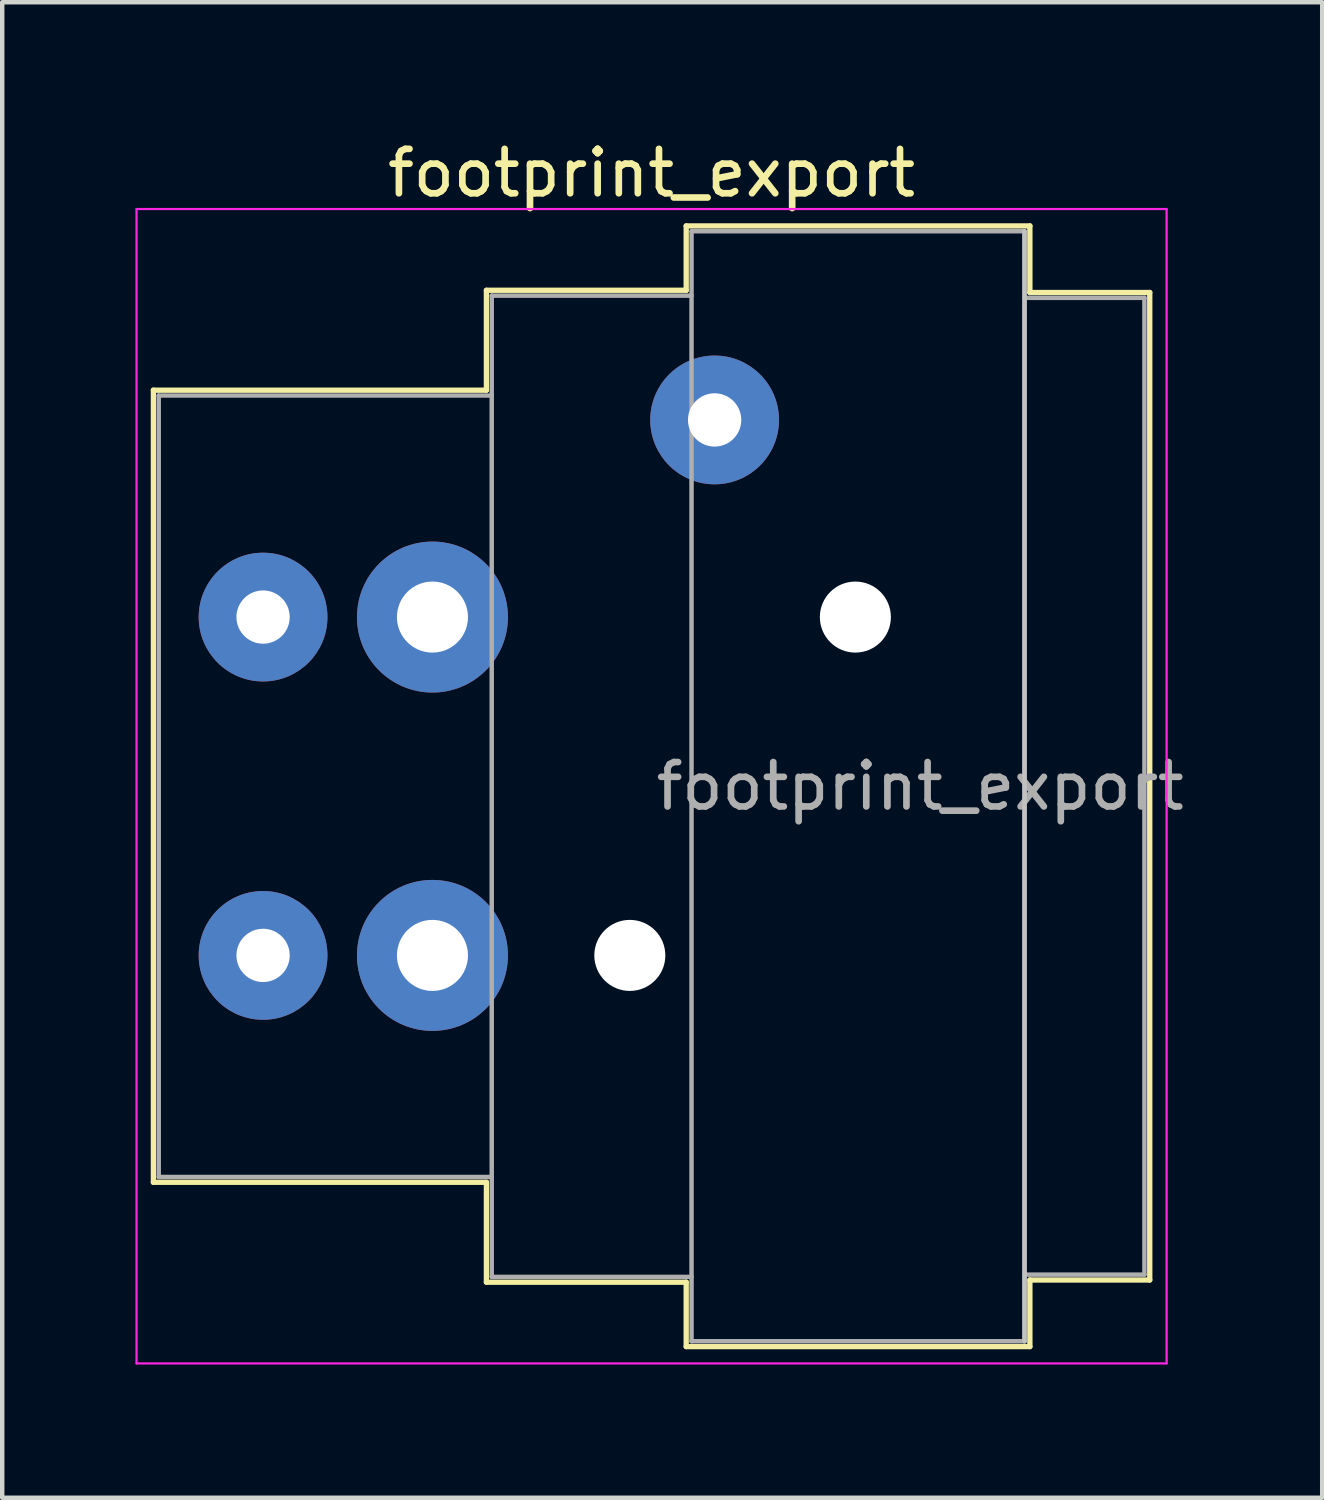
<source format=kicad_pcb>
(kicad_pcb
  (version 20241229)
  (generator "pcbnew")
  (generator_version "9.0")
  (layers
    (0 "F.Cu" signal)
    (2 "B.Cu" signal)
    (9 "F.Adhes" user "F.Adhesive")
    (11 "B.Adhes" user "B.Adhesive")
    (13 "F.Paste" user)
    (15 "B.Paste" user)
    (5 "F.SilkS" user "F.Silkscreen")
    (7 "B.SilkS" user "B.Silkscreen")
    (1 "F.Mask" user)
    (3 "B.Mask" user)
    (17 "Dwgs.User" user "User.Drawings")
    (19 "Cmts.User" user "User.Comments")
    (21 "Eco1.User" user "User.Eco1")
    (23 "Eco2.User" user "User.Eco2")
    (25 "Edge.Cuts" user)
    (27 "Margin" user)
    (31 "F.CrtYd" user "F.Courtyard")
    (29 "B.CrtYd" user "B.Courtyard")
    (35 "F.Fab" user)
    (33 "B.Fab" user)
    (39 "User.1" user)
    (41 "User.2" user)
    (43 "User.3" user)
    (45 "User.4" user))
  (footprint "footprint_export"
    (layer "F.Cu")
    (at 2.875 10.848)
    (property "Reference" "footprint_export" (at 8.75 -10 0) (layer "F.SilkS") (effects (font (size 1 1) (thickness 0.15))))
    (attr through_hole)
    (fp_line (start -2.47 -5.11) (end -2.47 12.73) (stroke (width 0.12) (type solid)) (layer "F.SilkS"))
    (fp_line (start 5.03 -5.11) (end -2.47 -5.11) (stroke (width 0.12) (type solid)) (layer "F.SilkS"))
    (fp_line (start 5.03 -5.11) (end 5.03 -7.36) (stroke (width 0.12) (type solid)) (layer "F.SilkS"))
    (fp_line (start 5.03 12.73) (end -2.47 12.73) (stroke (width 0.12) (type solid)) (layer "F.SilkS"))
    (fp_line (start 5.03 12.73) (end 5.03 14.98) (stroke (width 0.12) (type solid)) (layer "F.SilkS"))
    (fp_line (start 9.53 -7.36) (end 5.03 -7.36) (stroke (width 0.12) (type solid)) (layer "F.SilkS"))
    (fp_line (start 9.53 -7.36) (end 9.53 -8.81) (stroke (width 0.12) (type solid)) (layer "F.SilkS"))
    (fp_line (start 9.53 14.98) (end 5.03 14.98) (stroke (width 0.12) (type solid)) (layer "F.SilkS"))
    (fp_line (start 9.53 16.43) (end 9.53 14.98) (stroke (width 0.12) (type solid)) (layer "F.SilkS"))
    (fp_line (start 17.27 -8.81) (end 9.53 -8.81) (stroke (width 0.12) (type solid)) (layer "F.SilkS"))
    (fp_line (start 17.27 -8.81) (end 17.27 -7.31) (stroke (width 0.12) (type solid)) (layer "F.SilkS"))
    (fp_line (start 17.27 -7.31) (end 19.97 -7.31) (stroke (width 0.12) (type solid)) (layer "F.SilkS"))
    (fp_line (start 17.27 14.93) (end 17.27 16.43) (stroke (width 0.12) (type solid)) (layer "F.SilkS"))
    (fp_line (start 17.27 14.93) (end 19.97 14.93) (stroke (width 0.12) (type solid)) (layer "F.SilkS"))
    (fp_line (start 17.27 16.43) (end 9.53 16.43) (stroke (width 0.12) (type solid)) (layer "F.SilkS"))
    (fp_line (start 19.97 -7.31) (end 19.97 14.93) (stroke (width 0.12) (type solid)) (layer "F.SilkS"))
    (fp_line (start 17.15 -8.69) (end 17.15 16.31) (stroke (width 0.1) (type solid)) (layer "Dwgs.User"))
    (fp_line (start -2.85 -9.19) (end -2.85 16.81) (stroke (width 0.05) (type solid)) (layer "F.CrtYd"))
    (fp_line (start 20.35 -9.19) (end -2.85 -9.19) (stroke (width 0.05) (type solid)) (layer "F.CrtYd"))
    (fp_line (start 20.35 -9.19) (end 20.35 16.81) (stroke (width 0.05) (type solid)) (layer "F.CrtYd"))
    (fp_line (start 20.35 16.81) (end -2.85 16.81) (stroke (width 0.05) (type solid)) (layer "F.CrtYd"))
    (fp_line (start -2.35 -4.99) (end -2.35 12.61) (stroke (width 0.1) (type solid)) (layer "F.Fab"))
    (fp_line (start 5.15 -4.99) (end -2.35 -4.99) (stroke (width 0.1) (type solid)) (layer "F.Fab"))
    (fp_line (start 5.15 12.61) (end -2.35 12.61) (stroke (width 0.1) (type solid)) (layer "F.Fab"))
    (fp_line (start 5.15 14.86) (end 5.15 -7.24) (stroke (width 0.1) (type solid)) (layer "F.Fab"))
    (fp_line (start 5.15 14.86) (end 9.65 14.86) (stroke (width 0.1) (type solid)) (layer "F.Fab"))
    (fp_line (start 9.65 -8.69) (end 17.15 -8.69) (stroke (width 0.1) (type solid)) (layer "F.Fab"))
    (fp_line (start 9.65 -7.24) (end 5.15 -7.24) (stroke (width 0.1) (type solid)) (layer "F.Fab"))
    (fp_line (start 9.65 16.31) (end 9.65 -8.69) (stroke (width 0.1) (type solid)) (layer "F.Fab"))
    (fp_line (start 17.15 -8.69) (end 17.15 16.31) (stroke (width 0.1) (type solid)) (layer "F.Fab"))
    (fp_line (start 17.15 -7.19) (end 19.85 -7.19) (stroke (width 0.1) (type solid)) (layer "F.Fab"))
    (fp_line (start 17.15 16.31) (end 9.65 16.31) (stroke (width 0.1) (type solid)) (layer "F.Fab"))
    (fp_line (start 19.85 -7.19) (end 19.85 14.81) (stroke (width 0.1) (type solid)) (layer "F.Fab"))
    (fp_line (start 19.85 14.81) (end 17.15 14.81) (stroke (width 0.1) (type solid)) (layer "F.Fab"))
    (fp_text user "${REFERENCE}" (at 14.8 3.81 0) (layer "F.Fab") (effects (font (size 1 1) (thickness 0.15))))
    (pad "" np_thru_hole circle (at 8.26 7.62) (size 1.6 1.6) (drill 1.6) (layers "*.Cu" "*.Mask"))
    (pad "" np_thru_hole circle (at 13.34 0) (size 1.6 1.6) (drill 1.6) (layers "*.Cu" "*.Mask"))
    (pad "1" thru_hole circle (at 0 0) (size 2.9 2.9) (drill 1.2) (layers "*.Cu" "*.Mask"))
    (pad "2" thru_hole circle (at 3.815 0) (size 3.4 3.4) (drill 1.6) (layers "*.Cu" "*.Mask"))
    (pad "3" thru_hole circle (at 3.815 7.62) (size 3.4 3.4) (drill 1.6) (layers "*.Cu" "*.Mask"))
    (pad "4" thru_hole circle (at 0 7.62) (size 2.9 2.9) (drill 1.2) (layers "*.Cu" "*.Mask"))
    (pad "G" thru_hole circle (at 10.17 -4.44) (size 2.9 2.9) (drill 1.2) (layers "*.Cu" "*.Mask")))
  (gr_rect
    (start -3 -3)
    (end 26.729 30.683)
    (stroke (width 0.1) (type default))
    (fill no)
    (layer "Edge.Cuts")))
</source>
